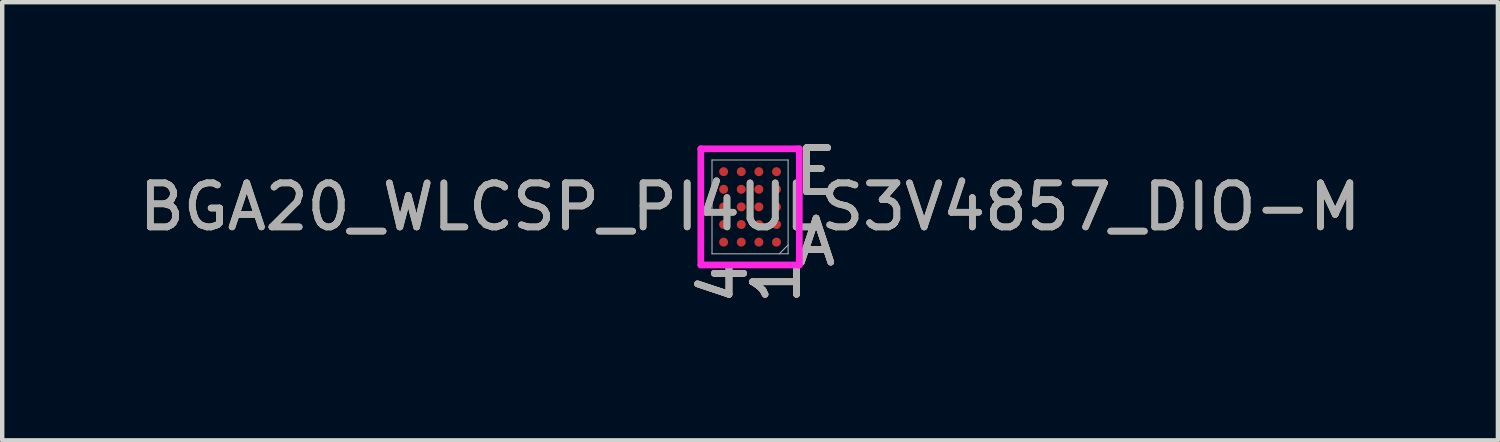
<source format=kicad_pcb>
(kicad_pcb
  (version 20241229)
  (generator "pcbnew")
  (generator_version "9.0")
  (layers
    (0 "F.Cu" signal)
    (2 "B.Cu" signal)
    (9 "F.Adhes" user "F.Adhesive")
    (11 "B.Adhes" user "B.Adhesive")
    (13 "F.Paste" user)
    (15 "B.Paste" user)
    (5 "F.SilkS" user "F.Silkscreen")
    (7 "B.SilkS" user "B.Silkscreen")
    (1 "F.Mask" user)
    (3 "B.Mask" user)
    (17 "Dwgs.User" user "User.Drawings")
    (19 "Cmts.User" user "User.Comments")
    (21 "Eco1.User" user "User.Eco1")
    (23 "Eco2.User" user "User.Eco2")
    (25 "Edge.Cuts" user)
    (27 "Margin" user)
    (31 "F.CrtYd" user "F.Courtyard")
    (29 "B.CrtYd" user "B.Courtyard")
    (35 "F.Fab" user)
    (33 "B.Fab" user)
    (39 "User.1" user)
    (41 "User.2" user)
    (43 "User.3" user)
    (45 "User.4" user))
  (footprint "BGA20_WLCSP_PI4ULS3V4857_DIO-M"
    (layer "F.Cu")
    (at 13.982 1.648)
    (property "Reference" "BGA20_WLCSP_PI4ULS3V4857_DIO-M" (at 0 0 0) (unlocked yes) (layer "F.SilkS") (effects (font (size 1 1) (thickness 0.15))))
    (attr smd)
    (fp_poly (pts (xy -1.244 -1.444) (xy 1.244 -1.444) (xy 1.244 1.444) (xy -1.244 1.444)) (stroke (width 0.1) (type solid)) (fill no) (layer "Eco2.User"))
    (fp_line (start -1.118 -1.319) (end 1.118 -1.319) (stroke (width 0.152) (type solid)) (layer "F.CrtYd"))
    (fp_line (start -1.118 1.319) (end -1.118 -1.319) (stroke (width 0.152) (type solid)) (layer "F.CrtYd"))
    (fp_line (start 1.118 -1.319) (end 1.118 1.319) (stroke (width 0.152) (type solid)) (layer "F.CrtYd"))
    (fp_line (start 1.118 1.319) (end -1.118 1.319) (stroke (width 0.152) (type solid)) (layer "F.CrtYd"))
    (fp_line (start -0.864 -1.065) (end -0.864 1.065) (stroke (width 0.025) (type solid)) (layer "F.Fab"))
    (fp_line (start -0.864 1.065) (end 0.864 1.065) (stroke (width 0.025) (type solid)) (layer "F.Fab"))
    (fp_line (start 0.664 1.065) (end 0.864 0.865) (stroke (width 0.025) (type solid)) (layer "F.Fab"))
    (fp_line (start 0.864 -1.065) (end -0.864 -1.065) (stroke (width 0.025) (type solid)) (layer "F.Fab"))
    (fp_line (start 0.864 1.065) (end 0.864 -1.065) (stroke (width 0.025) (type solid)) (layer "F.Fab"))
    (fp_text user "A" (at 1.499 0.8 0) (unlocked yes) (layer "F.SilkS") (effects (font (size 1 1) (thickness 0.15))))
    (fp_text user "4" (at -0.6 1.7 90) (unlocked yes) (layer "F.SilkS") (effects (font (size 1 1) (thickness 0.15))))
    (fp_text user "1" (at 0.6 1.7 90) (unlocked yes) (layer "F.SilkS") (effects (font (size 1 1) (thickness 0.15))))
    (fp_text user "E" (at 1.499 -0.8 0) (unlocked yes) (layer "F.SilkS") (effects (font (size 1 1) (thickness 0.15))))
    (fp_text user "E" (at 1.499 -0.8 0) (unlocked yes) (layer "B.SilkS") (effects (font (size 1 1) (thickness 0.15))))
    (fp_text user "A" (at 1.499 0.8 0) (unlocked yes) (layer "B.SilkS") (effects (font (size 1 1) (thickness 0.15))))
    (fp_text user "1" (at 0.6 1.7 90) (unlocked yes) (layer "B.SilkS") (effects (font (size 1 1) (thickness 0.15))))
    (fp_text user "4" (at -0.6 1.7 90) (unlocked yes) (layer "B.SilkS") (effects (font (size 1 1) (thickness 0.15))))
    (fp_text user "1" (at 0.6 1.7 90) (unlocked yes) (layer "F.Fab") (effects (font (size 1 1) (thickness 0.15))))
    (fp_text user "${REFERENCE}" (at 0 0 0) (unlocked yes) (layer "F.Fab") (effects (font (size 1 1) (thickness 0.15))))
    (fp_text user "A" (at 1.499 0.8 0) (unlocked yes) (layer "F.Fab") (effects (font (size 1 1) (thickness 0.15))))
    (fp_text user "4" (at -0.6 1.7 90) (unlocked yes) (layer "F.Fab") (effects (font (size 1 1) (thickness 0.15))))
    (fp_text user "E" (at 1.499 -0.8 0) (unlocked yes) (layer "F.Fab") (effects (font (size 1 1) (thickness 0.15))))
    (pad "A1" smd circle (at 0.6 0.8) (size 0.203 0.203) (layers "F.Cu" "F.Mask" "F.Paste"))
    (pad "A2" smd circle (at 0.2 0.8) (size 0.203 0.203) (layers "F.Cu" "F.Mask" "F.Paste"))
    (pad "A3" smd circle (at -0.2 0.8) (size 0.203 0.203) (layers "F.Cu" "F.Mask" "F.Paste"))
    (pad "A4" smd circle (at -0.6 0.8) (size 0.203 0.203) (layers "F.Cu" "F.Mask" "F.Paste"))
    (pad "B1" smd circle (at 0.6 0.4) (size 0.203 0.203) (layers "F.Cu" "F.Mask" "F.Paste"))
    (pad "B2" smd circle (at 0.2 0.4) (size 0.203 0.203) (layers "F.Cu" "F.Mask" "F.Paste"))
    (pad "B3" smd circle (at -0.2 0.4) (size 0.203 0.203) (layers "F.Cu" "F.Mask" "F.Paste"))
    (pad "B4" smd circle (at -0.6 0.4) (size 0.203 0.203) (layers "F.Cu" "F.Mask" "F.Paste"))
    (pad "C1" smd circle (at 0.6 0) (size 0.203 0.203) (layers "F.Cu" "F.Mask" "F.Paste"))
    (pad "C2" smd circle (at 0.2 0) (size 0.203 0.203) (layers "F.Cu" "F.Mask" "F.Paste"))
    (pad "C3" smd circle (at -0.2 0) (size 0.203 0.203) (layers "F.Cu" "F.Mask" "F.Paste"))
    (pad "C4" smd circle (at -0.6 0) (size 0.203 0.203) (layers "F.Cu" "F.Mask" "F.Paste"))
    (pad "D1" smd circle (at 0.6 -0.4) (size 0.203 0.203) (layers "F.Cu" "F.Mask" "F.Paste"))
    (pad "D2" smd circle (at 0.2 -0.4) (size 0.203 0.203) (layers "F.Cu" "F.Mask" "F.Paste"))
    (pad "D3" smd circle (at -0.2 -0.4) (size 0.203 0.203) (layers "F.Cu" "F.Mask" "F.Paste"))
    (pad "D4" smd circle (at -0.6 -0.4) (size 0.203 0.203) (layers "F.Cu" "F.Mask" "F.Paste"))
    (pad "E1" smd circle (at 0.6 -0.8) (size 0.203 0.203) (layers "F.Cu" "F.Mask" "F.Paste"))
    (pad "E2" smd circle (at 0.2 -0.8) (size 0.203 0.203) (layers "F.Cu" "F.Mask" "F.Paste"))
    (pad "E3" smd circle (at -0.2 -0.8) (size 0.203 0.203) (layers "F.Cu" "F.Mask" "F.Paste"))
    (pad "E4" smd circle (at -0.6 -0.8) (size 0.203 0.203) (layers "F.Cu" "F.Mask" "F.Paste")))
  (gr_rect
    (start -3 -3)
    (end 30.964 6.949)
    (stroke (width 0.1) (type default))
    (fill no)
    (layer "Edge.Cuts")))
</source>
